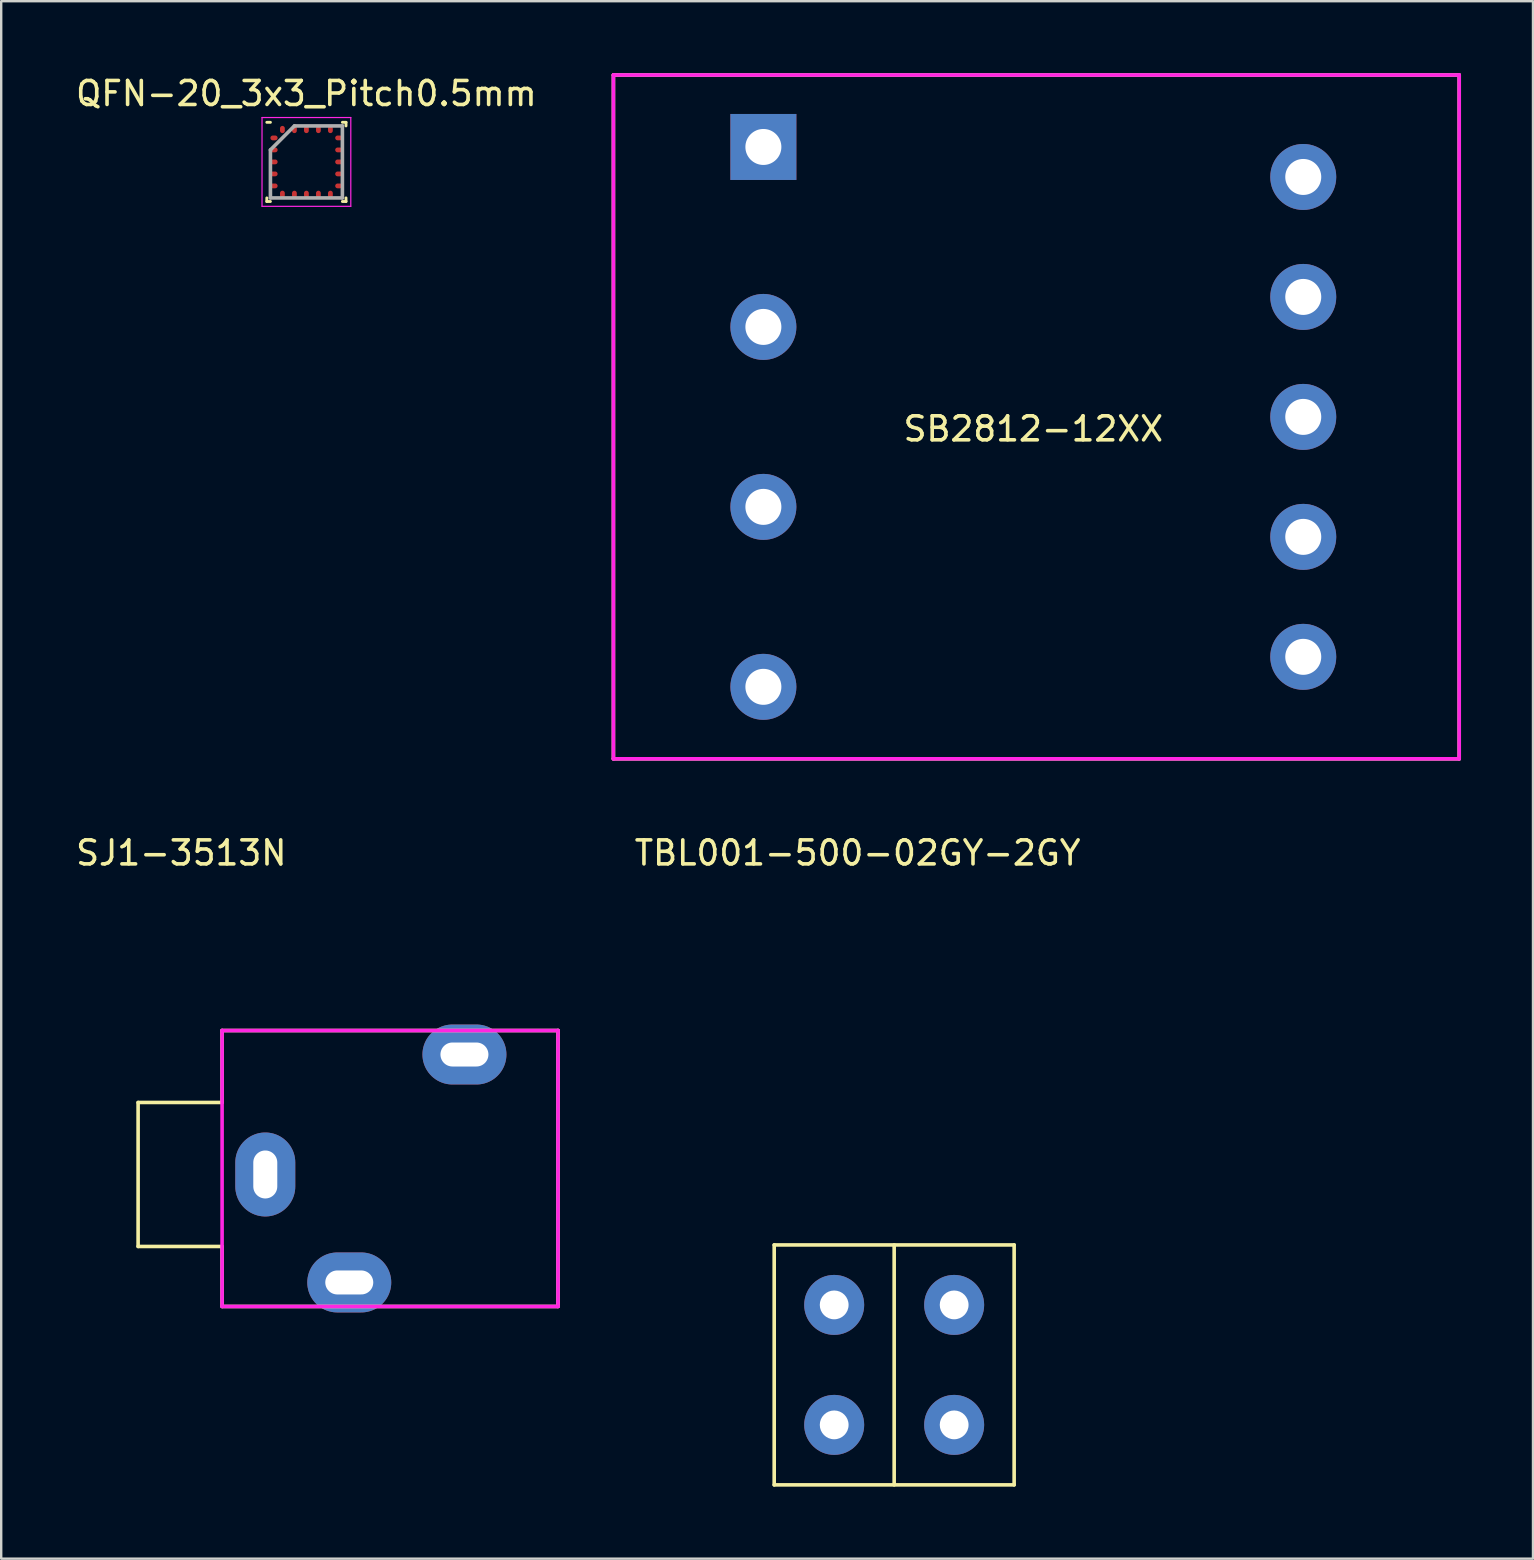
<source format=kicad_pcb>
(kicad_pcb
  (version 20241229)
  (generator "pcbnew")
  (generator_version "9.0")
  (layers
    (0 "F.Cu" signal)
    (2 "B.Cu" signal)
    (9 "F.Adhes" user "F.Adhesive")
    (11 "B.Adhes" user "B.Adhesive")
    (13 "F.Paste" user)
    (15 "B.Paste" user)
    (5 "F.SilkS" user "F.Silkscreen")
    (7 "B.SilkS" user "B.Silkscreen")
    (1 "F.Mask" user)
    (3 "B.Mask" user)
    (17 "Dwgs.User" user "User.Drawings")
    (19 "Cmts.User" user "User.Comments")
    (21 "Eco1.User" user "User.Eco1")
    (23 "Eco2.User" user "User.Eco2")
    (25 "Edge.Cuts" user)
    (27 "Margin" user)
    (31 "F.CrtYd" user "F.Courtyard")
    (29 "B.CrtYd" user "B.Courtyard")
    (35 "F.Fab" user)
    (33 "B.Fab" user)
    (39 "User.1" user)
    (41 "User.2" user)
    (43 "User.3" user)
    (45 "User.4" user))
  (footprint "SJ1-3513N"
    (layer "F.Cu")
    (at 6.206 45.898)
    (property "Reference" "SJ1-3513N" (at -1.7 -13.4 0) (layer "F.SilkS") (effects (font (size 1 1) (thickness 0.15))))
    (attr through_hole)
    (fp_line (start -3.5 -3) (end 0 -3) (stroke (width 0.15) (type solid)) (layer "F.SilkS"))
    (fp_line (start -3.5 3) (end -3.5 -3) (stroke (width 0.15) (type solid)) (layer "F.SilkS"))
    (fp_line (start 0 -6) (end 14 -6) (stroke (width 0.15) (type solid)) (layer "F.SilkS"))
    (fp_line (start 0 -3) (end 0 -6) (stroke (width 0.15) (type solid)) (layer "F.SilkS"))
    (fp_line (start 0 3) (end -3.5 3) (stroke (width 0.15) (type solid)) (layer "F.SilkS"))
    (fp_line (start 0 5.5) (end 0 3) (stroke (width 0.15) (type solid)) (layer "F.SilkS"))
    (fp_line (start 14 -6) (end 14 5.5) (stroke (width 0.15) (type solid)) (layer "F.SilkS"))
    (fp_line (start 14 5.5) (end 0 5.5) (stroke (width 0.15) (type solid)) (layer "F.SilkS"))
    (fp_line (start 0 -6) (end 14 -6) (stroke (width 0.15) (type solid)) (layer "F.CrtYd"))
    (fp_line (start 0 5.5) (end 0 -6) (stroke (width 0.15) (type solid)) (layer "F.CrtYd"))
    (fp_line (start 14 -6) (end 14 5.5) (stroke (width 0.15) (type solid)) (layer "F.CrtYd"))
    (fp_line (start 14 5.5) (end 0 5.5) (stroke (width 0.15) (type solid)) (layer "F.CrtYd"))
    (pad "R" thru_hole oval (at 10.1 -5 180) (size 3.5 2.5) (drill oval 2 1) (layers "*.Cu" "*.Mask"))
    (pad "S" thru_hole oval (at 1.8 0 90) (size 3.5 2.5) (drill oval 2 1) (layers "*.Cu" "*.Mask"))
    (pad "T" thru_hole oval (at 5.3 4.5 180) (size 3.5 2.5) (drill oval 2 1) (layers "*.Cu" "*.Mask")))
  (footprint "TBL001-500-02GY-2GY"
    (layer "F.Cu")
    (at 34.216 53.834)
    (property "Reference" "TBL001-500-02GY-2GY" (at -1.524 -21.336 0) (layer "F.SilkS") (effects (font (size 1 1) (thickness 0.15))))
    (attr through_hole)
    (fp_line (start -5 -5) (end 5 -5) (stroke (width 0.15) (type solid)) (layer "F.SilkS"))
    (fp_line (start -5 5) (end -5 -5) (stroke (width 0.15) (type solid)) (layer "F.SilkS"))
    (fp_line (start 0 -5) (end 0 5) (stroke (width 0.15) (type solid)) (layer "F.SilkS"))
    (fp_line (start 5 -5) (end 5 5) (stroke (width 0.15) (type solid)) (layer "F.SilkS"))
    (fp_line (start 5 5) (end -5 5) (stroke (width 0.15) (type solid)) (layer "F.SilkS"))
    (pad "1" thru_hole circle (at -2.5 -2.5) (size 2.5 2.5) (drill 1.2) (layers "*.Cu" "*.Mask"))
    (pad "1" thru_hole circle (at -2.5 2.5) (size 2.5 2.5) (drill 1.2) (layers "*.Cu" "*.Mask"))
    (pad "2" thru_hole circle (at 2.5 -2.5) (size 2.5 2.5) (drill 1.2) (layers "*.Cu" "*.Mask"))
    (pad "2" thru_hole circle (at 2.5 2.5) (size 2.5 2.5) (drill 1.2) (layers "*.Cu" "*.Mask")))
  (footprint "QFN-20_3x3_Pitch0.5mm"
    (layer "F.Cu")
    (at 9.72 3.698)
    (property "Reference" "QFN-20_3x3_Pitch0.5mm" (at 0 -2.85 0) (layer "F.SilkS") (effects (font (size 1 1) (thickness 0.15))))
    (attr smd)
    (fp_line (start -1.65 1.65) (end -1.65 1.5) (stroke (width 0.12) (type solid)) (layer "F.SilkS"))
    (fp_line (start -1.5 -1.65) (end -1.65 -1.65) (stroke (width 0.12) (type solid)) (layer "F.SilkS"))
    (fp_line (start -1.5 1.65) (end -1.65 1.65) (stroke (width 0.12) (type solid)) (layer "F.SilkS"))
    (fp_line (start 1.5 -1.65) (end 1.65 -1.65) (stroke (width 0.12) (type solid)) (layer "F.SilkS"))
    (fp_line (start 1.5 1.65) (end 1.65 1.65) (stroke (width 0.12) (type solid)) (layer "F.SilkS"))
    (fp_line (start 1.65 -1.65) (end 1.65 -1.5) (stroke (width 0.12) (type solid)) (layer "F.SilkS"))
    (fp_line (start 1.65 1.65) (end 1.65 1.5) (stroke (width 0.12) (type solid)) (layer "F.SilkS"))
    (fp_line (start -1.85 -1.85) (end 1.85 -1.85) (stroke (width 0.05) (type solid)) (layer "F.CrtYd"))
    (fp_line (start -1.85 1.85) (end -1.85 -1.85) (stroke (width 0.05) (type solid)) (layer "F.CrtYd"))
    (fp_line (start 1.85 -1.85) (end 1.85 1.85) (stroke (width 0.05) (type solid)) (layer "F.CrtYd"))
    (fp_line (start 1.85 1.85) (end -1.85 1.85) (stroke (width 0.05) (type solid)) (layer "F.CrtYd"))
    (fp_line (start -1.5 -0.5) (end -1.5 1.5) (stroke (width 0.15) (type solid)) (layer "F.Fab"))
    (fp_line (start -1.5 1.5) (end 1.5 1.5) (stroke (width 0.15) (type solid)) (layer "F.Fab"))
    (fp_line (start -0.5 -1.5) (end -1.5 -0.5) (stroke (width 0.15) (type solid)) (layer "F.Fab"))
    (fp_line (start 1.5 -1.5) (end -0.5 -1.5) (stroke (width 0.15) (type solid)) (layer "F.Fab"))
    (fp_line (start 1.5 1.5) (end 1.5 -1.5) (stroke (width 0.15) (type solid)) (layer "F.Fab"))
    (pad "1" smd oval (at -1.35 -1 90) (size 0.2 0.3) (layers "F.Cu" "F.Mask" "F.Paste"))
    (pad "2" smd oval (at -1.35 -0.5 90) (size 0.2 0.3) (layers "F.Cu" "F.Mask" "F.Paste"))
    (pad "3" smd oval (at -1.35 0 90) (size 0.2 0.3) (layers "F.Cu" "F.Mask" "F.Paste"))
    (pad "4" smd oval (at -1.35 0.5 90) (size 0.2 0.3) (layers "F.Cu" "F.Mask" "F.Paste"))
    (pad "5" smd oval (at -1.35 1 90) (size 0.2 0.3) (layers "F.Cu" "F.Mask" "F.Paste"))
    (pad "6" smd oval (at -1 1.35) (size 0.2 0.3) (layers "F.Cu" "F.Mask" "F.Paste"))
    (pad "7" smd oval (at -0.5 1.35) (size 0.2 0.3) (layers "F.Cu" "F.Mask" "F.Paste"))
    (pad "8" smd oval (at 0 1.35) (size 0.2 0.3) (layers "F.Cu" "F.Mask" "F.Paste"))
    (pad "9" smd oval (at 0.5 1.35) (size 0.2 0.3) (layers "F.Cu" "F.Mask" "F.Paste"))
    (pad "10" smd oval (at 1 1.35) (size 0.2 0.3) (layers "F.Cu" "F.Mask" "F.Paste"))
    (pad "11" smd oval (at 1.35 1 90) (size 0.2 0.3) (layers "F.Cu" "F.Mask" "F.Paste"))
    (pad "12" smd oval (at 1.35 0.5 90) (size 0.2 0.3) (layers "F.Cu" "F.Mask" "F.Paste"))
    (pad "13" smd oval (at 1.35 0 90) (size 0.2 0.3) (layers "F.Cu" "F.Mask" "F.Paste"))
    (pad "14" smd oval (at 1.35 -0.5 90) (size 0.2 0.3) (layers "F.Cu" "F.Mask" "F.Paste"))
    (pad "15" smd oval (at 1.35 -1 90) (size 0.2 0.3) (layers "F.Cu" "F.Mask" "F.Paste"))
    (pad "16" smd oval (at 1 -1.35) (size 0.2 0.3) (layers "F.Cu" "F.Mask" "F.Paste"))
    (pad "17" smd oval (at 0.5 -1.35) (size 0.2 0.3) (layers "F.Cu" "F.Mask" "F.Paste"))
    (pad "18" smd oval (at 0 -1.35) (size 0.2 0.3) (layers "F.Cu" "F.Mask" "F.Paste"))
    (pad "19" smd oval (at -0.5 -1.35) (size 0.2 0.3) (layers "F.Cu" "F.Mask" "F.Paste"))
    (pad "20" smd oval (at -1 -1.35) (size 0.2 0.3) (layers "F.Cu" "F.Mask" "F.Paste")))
  (footprint "SB2812-12XX"
    (layer "F.Cu")
    (at 40.015 14.325)
    (property "Reference" "SB2812-12XX" (at 0 0.5 0) (layer "F.SilkS") (effects (font (size 1 1) (thickness 0.15))))
    (attr through_hole)
    (fp_line (start -17.5 -14.25) (end 17.75 -14.25) (stroke (width 0.15) (type solid)) (layer "F.SilkS"))
    (fp_line (start -17.5 14.25) (end -17.5 -14.25) (stroke (width 0.15) (type solid)) (layer "F.SilkS"))
    (fp_line (start 17.75 -14.25) (end 17.75 14.25) (stroke (width 0.15) (type solid)) (layer "F.SilkS"))
    (fp_line (start 17.75 14.25) (end -17.5 14.25) (stroke (width 0.15) (type solid)) (layer "F.SilkS"))
    (fp_line (start -17.5 -14.25) (end 17.75 -14.25) (stroke (width 0.15) (type solid)) (layer "F.CrtYd"))
    (fp_line (start -17.5 14.25) (end -17.5 -14.25) (stroke (width 0.15) (type solid)) (layer "F.CrtYd"))
    (fp_line (start 17.75 -14.25) (end 17.75 14.25) (stroke (width 0.15) (type solid)) (layer "F.CrtYd"))
    (fp_line (start 17.75 14.25) (end -17.5 14.25) (stroke (width 0.15) (type solid)) (layer "F.CrtYd"))
    (pad "1" thru_hole rect (at -11.25 -11.25) (size 2.75 2.75) (drill 1.5) (layers "*.Cu" "*.Mask"))
    (pad "2" thru_hole circle (at -11.25 -3.75) (size 2.75 2.75) (drill 1.5) (layers "*.Cu" "*.Mask"))
    (pad "3" thru_hole circle (at -11.25 3.75) (size 2.75 2.75) (drill 1.5) (layers "*.Cu" "*.Mask"))
    (pad "4" thru_hole circle (at -11.25 11.25) (size 2.75 2.75) (drill 1.5) (layers "*.Cu" "*.Mask"))
    (pad "5" thru_hole circle (at 11.25 10) (size 2.75 2.75) (drill 1.5) (layers "*.Cu" "*.Mask"))
    (pad "6" thru_hole circle (at 11.25 5) (size 2.75 2.75) (drill 1.5) (layers "*.Cu" "*.Mask"))
    (pad "7" thru_hole circle (at 11.25 0) (size 2.75 2.75) (drill 1.5) (layers "*.Cu" "*.Mask"))
    (pad "8" thru_hole circle (at 11.25 -5) (size 2.75 2.75) (drill 1.5) (layers "*.Cu" "*.Mask"))
    (pad "9" thru_hole circle (at 11.25 -10) (size 2.75 2.75) (drill 1.5) (layers "*.Cu" "*.Mask")))
  (gr_rect
    (start -3 -3)
    (end 60.84 61.909)
    (stroke (width 0.1) (type default))
    (fill no)
    (layer "Edge.Cuts")))
</source>
